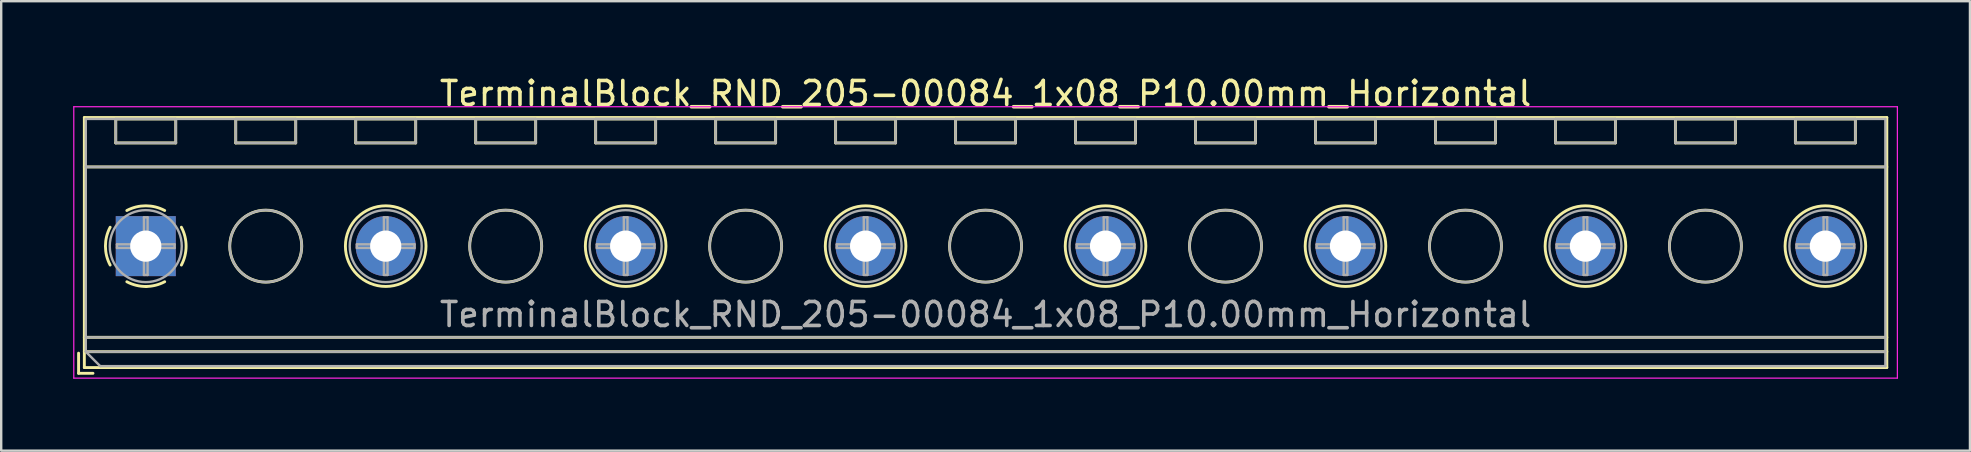
<source format=kicad_pcb>
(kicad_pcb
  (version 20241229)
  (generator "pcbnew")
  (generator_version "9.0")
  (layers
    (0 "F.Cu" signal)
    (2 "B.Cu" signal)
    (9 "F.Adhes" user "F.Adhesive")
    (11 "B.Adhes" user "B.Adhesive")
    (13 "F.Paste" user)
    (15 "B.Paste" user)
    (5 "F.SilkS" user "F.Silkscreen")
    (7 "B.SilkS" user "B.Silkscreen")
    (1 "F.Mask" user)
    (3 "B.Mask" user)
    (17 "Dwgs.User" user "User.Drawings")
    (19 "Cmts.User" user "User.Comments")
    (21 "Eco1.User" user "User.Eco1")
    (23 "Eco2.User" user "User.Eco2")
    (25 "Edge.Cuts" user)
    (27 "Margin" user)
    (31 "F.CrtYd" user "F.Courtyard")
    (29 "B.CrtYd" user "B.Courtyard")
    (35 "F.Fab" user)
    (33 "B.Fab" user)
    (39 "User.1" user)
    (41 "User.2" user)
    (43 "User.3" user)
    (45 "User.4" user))
  (footprint "TerminalBlock_RND_205-00084_1x08_P10.00mm_Horizontal"
    (layer "F.Cu")
    (at 3.025 7.208)
    (property "Reference" "TerminalBlock_RND_205-00084_1x08_P10.00mm_Horizontal" (at 35 -6.36 0) (layer "F.SilkS") (effects (font (size 1 1) (thickness 0.15))))
    (attr through_hole)
    (fp_line (start -2.8 4.46) (end -2.8 5.3) (stroke (width 0.12) (type solid)) (layer "F.SilkS"))
    (fp_line (start -2.8 5.3) (end -2.2 5.3) (stroke (width 0.12) (type solid)) (layer "F.SilkS"))
    (fp_line (start -2.56 -5.36) (end -2.56 5.06) (stroke (width 0.12) (type solid)) (layer "F.SilkS"))
    (fp_line (start -2.56 -5.36) (end 72.56 -5.36) (stroke (width 0.12) (type solid)) (layer "F.SilkS"))
    (fp_line (start -2.56 -3.301) (end 72.56 -3.301) (stroke (width 0.12) (type solid)) (layer "F.SilkS"))
    (fp_line (start -2.56 3.8) (end 72.56 3.8) (stroke (width 0.12) (type solid)) (layer "F.SilkS"))
    (fp_line (start -2.56 4.4) (end 72.56 4.4) (stroke (width 0.12) (type solid)) (layer "F.SilkS"))
    (fp_line (start -2.56 5.06) (end 72.56 5.06) (stroke (width 0.12) (type solid)) (layer "F.SilkS"))
    (fp_line (start -1.25 -5.301) (end -1.25 -4.301) (stroke (width 0.12) (type solid)) (layer "F.SilkS"))
    (fp_line (start -1.25 -5.301) (end 1.25 -5.301) (stroke (width 0.12) (type solid)) (layer "F.SilkS"))
    (fp_line (start -1.25 -4.301) (end 1.25 -4.301) (stroke (width 0.12) (type solid)) (layer "F.SilkS"))
    (fp_line (start 1.25 -5.301) (end 1.25 -4.301) (stroke (width 0.12) (type solid)) (layer "F.SilkS"))
    (fp_line (start 3.75 -5.301) (end 3.75 -4.301) (stroke (width 0.12) (type solid)) (layer "F.SilkS"))
    (fp_line (start 3.75 -5.301) (end 6.25 -5.301) (stroke (width 0.12) (type solid)) (layer "F.SilkS"))
    (fp_line (start 3.75 -4.301) (end 6.25 -4.301) (stroke (width 0.12) (type solid)) (layer "F.SilkS"))
    (fp_line (start 6.25 -5.301) (end 6.25 -4.301) (stroke (width 0.12) (type solid)) (layer "F.SilkS"))
    (fp_line (start 8.75 -5.301) (end 8.75 -4.301) (stroke (width 0.12) (type solid)) (layer "F.SilkS"))
    (fp_line (start 8.75 -5.301) (end 11.25 -5.301) (stroke (width 0.12) (type solid)) (layer "F.SilkS"))
    (fp_line (start 8.75 -4.301) (end 11.25 -4.301) (stroke (width 0.12) (type solid)) (layer "F.SilkS"))
    (fp_line (start 11.25 -5.301) (end 11.25 -4.301) (stroke (width 0.12) (type solid)) (layer "F.SilkS"))
    (fp_line (start 13.75 -5.301) (end 13.75 -4.301) (stroke (width 0.12) (type solid)) (layer "F.SilkS"))
    (fp_line (start 13.75 -5.301) (end 16.25 -5.301) (stroke (width 0.12) (type solid)) (layer "F.SilkS"))
    (fp_line (start 13.75 -4.301) (end 16.25 -4.301) (stroke (width 0.12) (type solid)) (layer "F.SilkS"))
    (fp_line (start 16.25 -5.301) (end 16.25 -4.301) (stroke (width 0.12) (type solid)) (layer "F.SilkS"))
    (fp_line (start 18.75 -5.301) (end 18.75 -4.301) (stroke (width 0.12) (type solid)) (layer "F.SilkS"))
    (fp_line (start 18.75 -5.301) (end 21.25 -5.301) (stroke (width 0.12) (type solid)) (layer "F.SilkS"))
    (fp_line (start 18.75 -4.301) (end 21.25 -4.301) (stroke (width 0.12) (type solid)) (layer "F.SilkS"))
    (fp_line (start 21.25 -5.301) (end 21.25 -4.301) (stroke (width 0.12) (type solid)) (layer "F.SilkS"))
    (fp_line (start 23.75 -5.301) (end 23.75 -4.301) (stroke (width 0.12) (type solid)) (layer "F.SilkS"))
    (fp_line (start 23.75 -5.301) (end 26.25 -5.301) (stroke (width 0.12) (type solid)) (layer "F.SilkS"))
    (fp_line (start 23.75 -4.301) (end 26.25 -4.301) (stroke (width 0.12) (type solid)) (layer "F.SilkS"))
    (fp_line (start 26.25 -5.301) (end 26.25 -4.301) (stroke (width 0.12) (type solid)) (layer "F.SilkS"))
    (fp_line (start 28.75 -5.301) (end 28.75 -4.301) (stroke (width 0.12) (type solid)) (layer "F.SilkS"))
    (fp_line (start 28.75 -5.301) (end 31.25 -5.301) (stroke (width 0.12) (type solid)) (layer "F.SilkS"))
    (fp_line (start 28.75 -4.301) (end 31.25 -4.301) (stroke (width 0.12) (type solid)) (layer "F.SilkS"))
    (fp_line (start 31.25 -5.301) (end 31.25 -4.301) (stroke (width 0.12) (type solid)) (layer "F.SilkS"))
    (fp_line (start 33.75 -5.301) (end 33.75 -4.301) (stroke (width 0.12) (type solid)) (layer "F.SilkS"))
    (fp_line (start 33.75 -5.301) (end 36.25 -5.301) (stroke (width 0.12) (type solid)) (layer "F.SilkS"))
    (fp_line (start 33.75 -4.301) (end 36.25 -4.301) (stroke (width 0.12) (type solid)) (layer "F.SilkS"))
    (fp_line (start 36.25 -5.301) (end 36.25 -4.301) (stroke (width 0.12) (type solid)) (layer "F.SilkS"))
    (fp_line (start 38.75 -5.301) (end 38.75 -4.301) (stroke (width 0.12) (type solid)) (layer "F.SilkS"))
    (fp_line (start 38.75 -5.301) (end 41.25 -5.301) (stroke (width 0.12) (type solid)) (layer "F.SilkS"))
    (fp_line (start 38.75 -4.301) (end 41.25 -4.301) (stroke (width 0.12) (type solid)) (layer "F.SilkS"))
    (fp_line (start 41.25 -5.301) (end 41.25 -4.301) (stroke (width 0.12) (type solid)) (layer "F.SilkS"))
    (fp_line (start 43.75 -5.301) (end 43.75 -4.301) (stroke (width 0.12) (type solid)) (layer "F.SilkS"))
    (fp_line (start 43.75 -5.301) (end 46.25 -5.301) (stroke (width 0.12) (type solid)) (layer "F.SilkS"))
    (fp_line (start 43.75 -4.301) (end 46.25 -4.301) (stroke (width 0.12) (type solid)) (layer "F.SilkS"))
    (fp_line (start 46.25 -5.301) (end 46.25 -4.301) (stroke (width 0.12) (type solid)) (layer "F.SilkS"))
    (fp_line (start 48.75 -5.301) (end 48.75 -4.301) (stroke (width 0.12) (type solid)) (layer "F.SilkS"))
    (fp_line (start 48.75 -5.301) (end 51.25 -5.301) (stroke (width 0.12) (type solid)) (layer "F.SilkS"))
    (fp_line (start 48.75 -4.301) (end 51.25 -4.301) (stroke (width 0.12) (type solid)) (layer "F.SilkS"))
    (fp_line (start 51.25 -5.301) (end 51.25 -4.301) (stroke (width 0.12) (type solid)) (layer "F.SilkS"))
    (fp_line (start 53.75 -5.301) (end 53.75 -4.301) (stroke (width 0.12) (type solid)) (layer "F.SilkS"))
    (fp_line (start 53.75 -5.301) (end 56.25 -5.301) (stroke (width 0.12) (type solid)) (layer "F.SilkS"))
    (fp_line (start 53.75 -4.301) (end 56.25 -4.301) (stroke (width 0.12) (type solid)) (layer "F.SilkS"))
    (fp_line (start 56.25 -5.301) (end 56.25 -4.301) (stroke (width 0.12) (type solid)) (layer "F.SilkS"))
    (fp_line (start 58.75 -5.301) (end 58.75 -4.301) (stroke (width 0.12) (type solid)) (layer "F.SilkS"))
    (fp_line (start 58.75 -5.301) (end 61.25 -5.301) (stroke (width 0.12) (type solid)) (layer "F.SilkS"))
    (fp_line (start 58.75 -4.301) (end 61.25 -4.301) (stroke (width 0.12) (type solid)) (layer "F.SilkS"))
    (fp_line (start 61.25 -5.301) (end 61.25 -4.301) (stroke (width 0.12) (type solid)) (layer "F.SilkS"))
    (fp_line (start 63.75 -5.301) (end 63.75 -4.301) (stroke (width 0.12) (type solid)) (layer "F.SilkS"))
    (fp_line (start 63.75 -5.301) (end 66.25 -5.301) (stroke (width 0.12) (type solid)) (layer "F.SilkS"))
    (fp_line (start 63.75 -4.301) (end 66.25 -4.301) (stroke (width 0.12) (type solid)) (layer "F.SilkS"))
    (fp_line (start 66.25 -5.301) (end 66.25 -4.301) (stroke (width 0.12) (type solid)) (layer "F.SilkS"))
    (fp_line (start 68.75 -5.301) (end 68.75 -4.301) (stroke (width 0.12) (type solid)) (layer "F.SilkS"))
    (fp_line (start 68.75 -5.301) (end 71.25 -5.301) (stroke (width 0.12) (type solid)) (layer "F.SilkS"))
    (fp_line (start 68.75 -4.301) (end 71.25 -4.301) (stroke (width 0.12) (type solid)) (layer "F.SilkS"))
    (fp_line (start 71.25 -5.301) (end 71.25 -4.301) (stroke (width 0.12) (type solid)) (layer "F.SilkS"))
    (fp_line (start 72.56 -5.36) (end 72.56 5.06) (stroke (width 0.12) (type solid)) (layer "F.SilkS"))
    (fp_arc (start -1.483953 0.789089) (mid -1.680708 0.00005) (end -1.484 -0.789) (stroke (width 0.12) (type solid)) (layer "F.SilkS"))
    (fp_arc (start -0.789089 -1.483953) (mid -0.00005 -1.680708) (end 0.789 -1.484) (stroke (width 0.12) (type solid)) (layer "F.SilkS"))
    (fp_arc (start 0.029383 1.68045) (mid -0.392304 1.634281) (end -0.789 1.484) (stroke (width 0.12) (type solid)) (layer "F.SilkS"))
    (fp_arc (start 0.788712 1.483352) (mid 0.406429 1.630097) (end 0 1.68) (stroke (width 0.12) (type solid)) (layer "F.SilkS"))
    (fp_arc (start 1.483953 -0.789089) (mid 1.680708 -0.00005) (end 1.484 0.789) (stroke (width 0.12) (type solid)) (layer "F.SilkS"))
    (fp_circle (center 5 0) (end 6.5 0) (stroke (width 0.12) (type solid)) (fill no) (layer "F.SilkS"))
    (fp_circle (center 10 0) (end 11.68 0) (stroke (width 0.12) (type solid)) (fill no) (layer "F.SilkS"))
    (fp_circle (center 15 0) (end 16.5 0) (stroke (width 0.12) (type solid)) (fill no) (layer "F.SilkS"))
    (fp_circle (center 20 0) (end 21.68 0) (stroke (width 0.12) (type solid)) (fill no) (layer "F.SilkS"))
    (fp_circle (center 25 0) (end 26.5 0) (stroke (width 0.12) (type solid)) (fill no) (layer "F.SilkS"))
    (fp_circle (center 30 0) (end 31.68 0) (stroke (width 0.12) (type solid)) (fill no) (layer "F.SilkS"))
    (fp_circle (center 35 0) (end 36.5 0) (stroke (width 0.12) (type solid)) (fill no) (layer "F.SilkS"))
    (fp_circle (center 40 0) (end 41.68 0) (stroke (width 0.12) (type solid)) (fill no) (layer "F.SilkS"))
    (fp_circle (center 45 0) (end 46.5 0) (stroke (width 0.12) (type solid)) (fill no) (layer "F.SilkS"))
    (fp_circle (center 50 0) (end 51.68 0) (stroke (width 0.12) (type solid)) (fill no) (layer "F.SilkS"))
    (fp_circle (center 55 0) (end 56.5 0) (stroke (width 0.12) (type solid)) (fill no) (layer "F.SilkS"))
    (fp_circle (center 60 0) (end 61.68 0) (stroke (width 0.12) (type solid)) (fill no) (layer "F.SilkS"))
    (fp_circle (center 65 0) (end 66.5 0) (stroke (width 0.12) (type solid)) (fill no) (layer "F.SilkS"))
    (fp_circle (center 70 0) (end 71.68 0) (stroke (width 0.12) (type solid)) (fill no) (layer "F.SilkS"))
    (fp_line (start -3 -5.81) (end -3 5.5) (stroke (width 0.05) (type solid)) (layer "F.CrtYd"))
    (fp_line (start -3 5.5) (end 73 5.5) (stroke (width 0.05) (type solid)) (layer "F.CrtYd"))
    (fp_line (start 73 -5.81) (end -3 -5.81) (stroke (width 0.05) (type solid)) (layer "F.CrtYd"))
    (fp_line (start 73 5.5) (end 73 -5.81) (stroke (width 0.05) (type solid)) (layer "F.CrtYd"))
    (fp_line (start -2.5 -5.3) (end 72.5 -5.3) (stroke (width 0.1) (type solid)) (layer "F.Fab"))
    (fp_line (start -2.5 -3.3) (end 72.5 -3.3) (stroke (width 0.1) (type solid)) (layer "F.Fab"))
    (fp_line (start -2.5 3.8) (end 72.5 3.8) (stroke (width 0.1) (type solid)) (layer "F.Fab"))
    (fp_line (start -2.5 4.4) (end -2.5 -5.3) (stroke (width 0.1) (type solid)) (layer "F.Fab"))
    (fp_line (start -2.5 4.4) (end 72.5 4.4) (stroke (width 0.1) (type solid)) (layer "F.Fab"))
    (fp_line (start -1.9 5) (end -2.5 4.4) (stroke (width 0.1) (type solid)) (layer "F.Fab"))
    (fp_line (start -1.25 -5.3) (end -1.25 -4.3) (stroke (width 0.1) (type solid)) (layer "F.Fab"))
    (fp_line (start -1.25 -4.3) (end 1.25 -4.3) (stroke (width 0.1) (type solid)) (layer "F.Fab"))
    (fp_line (start -1.201 -0.076) (end -0.076 -0.076) (stroke (width 0.1) (type solid)) (layer "F.Fab"))
    (fp_line (start -1.201 0.076) (end -1.201 -0.076) (stroke (width 0.1) (type solid)) (layer "F.Fab"))
    (fp_line (start -0.076 -1.201) (end 0.076 -1.201) (stroke (width 0.1) (type solid)) (layer "F.Fab"))
    (fp_line (start -0.076 -0.076) (end -0.076 -1.201) (stroke (width 0.1) (type solid)) (layer "F.Fab"))
    (fp_line (start -0.076 0.076) (end -1.201 0.076) (stroke (width 0.1) (type solid)) (layer "F.Fab"))
    (fp_line (start -0.076 1.201) (end -0.076 0.076) (stroke (width 0.1) (type solid)) (layer "F.Fab"))
    (fp_line (start 0.076 -1.201) (end 0.076 -0.076) (stroke (width 0.1) (type solid)) (layer "F.Fab"))
    (fp_line (start 0.076 -0.076) (end 1.201 -0.076) (stroke (width 0.1) (type solid)) (layer "F.Fab"))
    (fp_line (start 0.076 0.076) (end 0.076 1.201) (stroke (width 0.1) (type solid)) (layer "F.Fab"))
    (fp_line (start 0.076 1.201) (end -0.076 1.201) (stroke (width 0.1) (type solid)) (layer "F.Fab"))
    (fp_line (start 1.201 -0.076) (end 1.201 0.076) (stroke (width 0.1) (type solid)) (layer "F.Fab"))
    (fp_line (start 1.201 0.076) (end 0.076 0.076) (stroke (width 0.1) (type solid)) (layer "F.Fab"))
    (fp_line (start 1.25 -5.3) (end -1.25 -5.3) (stroke (width 0.1) (type solid)) (layer "F.Fab"))
    (fp_line (start 1.25 -4.3) (end 1.25 -5.3) (stroke (width 0.1) (type solid)) (layer "F.Fab"))
    (fp_line (start 3.75 -5.3) (end 3.75 -4.3) (stroke (width 0.1) (type solid)) (layer "F.Fab"))
    (fp_line (start 3.75 -4.3) (end 6.25 -4.3) (stroke (width 0.1) (type solid)) (layer "F.Fab"))
    (fp_line (start 6.25 -5.3) (end 3.75 -5.3) (stroke (width 0.1) (type solid)) (layer "F.Fab"))
    (fp_line (start 6.25 -4.3) (end 6.25 -5.3) (stroke (width 0.1) (type solid)) (layer "F.Fab"))
    (fp_line (start 8.75 -5.3) (end 8.75 -4.3) (stroke (width 0.1) (type solid)) (layer "F.Fab"))
    (fp_line (start 8.75 -4.3) (end 11.25 -4.3) (stroke (width 0.1) (type solid)) (layer "F.Fab"))
    (fp_line (start 8.799 -0.076) (end 9.924 -0.076) (stroke (width 0.1) (type solid)) (layer "F.Fab"))
    (fp_line (start 8.799 0.076) (end 8.799 -0.076) (stroke (width 0.1) (type solid)) (layer "F.Fab"))
    (fp_line (start 9.924 -1.201) (end 10.076 -1.201) (stroke (width 0.1) (type solid)) (layer "F.Fab"))
    (fp_line (start 9.924 -0.076) (end 9.924 -1.201) (stroke (width 0.1) (type solid)) (layer "F.Fab"))
    (fp_line (start 9.924 0.076) (end 8.799 0.076) (stroke (width 0.1) (type solid)) (layer "F.Fab"))
    (fp_line (start 9.924 1.201) (end 9.924 0.076) (stroke (width 0.1) (type solid)) (layer "F.Fab"))
    (fp_line (start 10.076 -1.201) (end 10.076 -0.076) (stroke (width 0.1) (type solid)) (layer "F.Fab"))
    (fp_line (start 10.076 -0.076) (end 11.201 -0.076) (stroke (width 0.1) (type solid)) (layer "F.Fab"))
    (fp_line (start 10.076 0.076) (end 10.076 1.201) (stroke (width 0.1) (type solid)) (layer "F.Fab"))
    (fp_line (start 10.076 1.201) (end 9.924 1.201) (stroke (width 0.1) (type solid)) (layer "F.Fab"))
    (fp_line (start 11.201 -0.076) (end 11.201 0.076) (stroke (width 0.1) (type solid)) (layer "F.Fab"))
    (fp_line (start 11.201 0.076) (end 10.076 0.076) (stroke (width 0.1) (type solid)) (layer "F.Fab"))
    (fp_line (start 11.25 -5.3) (end 8.75 -5.3) (stroke (width 0.1) (type solid)) (layer "F.Fab"))
    (fp_line (start 11.25 -4.3) (end 11.25 -5.3) (stroke (width 0.1) (type solid)) (layer "F.Fab"))
    (fp_line (start 13.75 -5.3) (end 13.75 -4.3) (stroke (width 0.1) (type solid)) (layer "F.Fab"))
    (fp_line (start 13.75 -4.3) (end 16.25 -4.3) (stroke (width 0.1) (type solid)) (layer "F.Fab"))
    (fp_line (start 16.25 -5.3) (end 13.75 -5.3) (stroke (width 0.1) (type solid)) (layer "F.Fab"))
    (fp_line (start 16.25 -4.3) (end 16.25 -5.3) (stroke (width 0.1) (type solid)) (layer "F.Fab"))
    (fp_line (start 18.75 -5.3) (end 18.75 -4.3) (stroke (width 0.1) (type solid)) (layer "F.Fab"))
    (fp_line (start 18.75 -4.3) (end 21.25 -4.3) (stroke (width 0.1) (type solid)) (layer "F.Fab"))
    (fp_line (start 18.799 -0.076) (end 19.924 -0.076) (stroke (width 0.1) (type solid)) (layer "F.Fab"))
    (fp_line (start 18.799 0.076) (end 18.799 -0.076) (stroke (width 0.1) (type solid)) (layer "F.Fab"))
    (fp_line (start 19.924 -1.201) (end 20.076 -1.201) (stroke (width 0.1) (type solid)) (layer "F.Fab"))
    (fp_line (start 19.924 -0.076) (end 19.924 -1.201) (stroke (width 0.1) (type solid)) (layer "F.Fab"))
    (fp_line (start 19.924 0.076) (end 18.799 0.076) (stroke (width 0.1) (type solid)) (layer "F.Fab"))
    (fp_line (start 19.924 1.201) (end 19.924 0.076) (stroke (width 0.1) (type solid)) (layer "F.Fab"))
    (fp_line (start 20.076 -1.201) (end 20.076 -0.076) (stroke (width 0.1) (type solid)) (layer "F.Fab"))
    (fp_line (start 20.076 -0.076) (end 21.201 -0.076) (stroke (width 0.1) (type solid)) (layer "F.Fab"))
    (fp_line (start 20.076 0.076) (end 20.076 1.201) (stroke (width 0.1) (type solid)) (layer "F.Fab"))
    (fp_line (start 20.076 1.201) (end 19.924 1.201) (stroke (width 0.1) (type solid)) (layer "F.Fab"))
    (fp_line (start 21.201 -0.076) (end 21.201 0.076) (stroke (width 0.1) (type solid)) (layer "F.Fab"))
    (fp_line (start 21.201 0.076) (end 20.076 0.076) (stroke (width 0.1) (type solid)) (layer "F.Fab"))
    (fp_line (start 21.25 -5.3) (end 18.75 -5.3) (stroke (width 0.1) (type solid)) (layer "F.Fab"))
    (fp_line (start 21.25 -4.3) (end 21.25 -5.3) (stroke (width 0.1) (type solid)) (layer "F.Fab"))
    (fp_line (start 23.75 -5.3) (end 23.75 -4.3) (stroke (width 0.1) (type solid)) (layer "F.Fab"))
    (fp_line (start 23.75 -4.3) (end 26.25 -4.3) (stroke (width 0.1) (type solid)) (layer "F.Fab"))
    (fp_line (start 26.25 -5.3) (end 23.75 -5.3) (stroke (width 0.1) (type solid)) (layer "F.Fab"))
    (fp_line (start 26.25 -4.3) (end 26.25 -5.3) (stroke (width 0.1) (type solid)) (layer "F.Fab"))
    (fp_line (start 28.75 -5.3) (end 28.75 -4.3) (stroke (width 0.1) (type solid)) (layer "F.Fab"))
    (fp_line (start 28.75 -4.3) (end 31.25 -4.3) (stroke (width 0.1) (type solid)) (layer "F.Fab"))
    (fp_line (start 28.799 -0.076) (end 29.924 -0.076) (stroke (width 0.1) (type solid)) (layer "F.Fab"))
    (fp_line (start 28.799 0.076) (end 28.799 -0.076) (stroke (width 0.1) (type solid)) (layer "F.Fab"))
    (fp_line (start 29.924 -1.201) (end 30.076 -1.201) (stroke (width 0.1) (type solid)) (layer "F.Fab"))
    (fp_line (start 29.924 -0.076) (end 29.924 -1.201) (stroke (width 0.1) (type solid)) (layer "F.Fab"))
    (fp_line (start 29.924 0.076) (end 28.799 0.076) (stroke (width 0.1) (type solid)) (layer "F.Fab"))
    (fp_line (start 29.924 1.201) (end 29.924 0.076) (stroke (width 0.1) (type solid)) (layer "F.Fab"))
    (fp_line (start 30.076 -1.201) (end 30.076 -0.076) (stroke (width 0.1) (type solid)) (layer "F.Fab"))
    (fp_line (start 30.076 -0.076) (end 31.201 -0.076) (stroke (width 0.1) (type solid)) (layer "F.Fab"))
    (fp_line (start 30.076 0.076) (end 30.076 1.201) (stroke (width 0.1) (type solid)) (layer "F.Fab"))
    (fp_line (start 30.076 1.201) (end 29.924 1.201) (stroke (width 0.1) (type solid)) (layer "F.Fab"))
    (fp_line (start 31.201 -0.076) (end 31.201 0.076) (stroke (width 0.1) (type solid)) (layer "F.Fab"))
    (fp_line (start 31.201 0.076) (end 30.076 0.076) (stroke (width 0.1) (type solid)) (layer "F.Fab"))
    (fp_line (start 31.25 -5.3) (end 28.75 -5.3) (stroke (width 0.1) (type solid)) (layer "F.Fab"))
    (fp_line (start 31.25 -4.3) (end 31.25 -5.3) (stroke (width 0.1) (type solid)) (layer "F.Fab"))
    (fp_line (start 33.75 -5.3) (end 33.75 -4.3) (stroke (width 0.1) (type solid)) (layer "F.Fab"))
    (fp_line (start 33.75 -4.3) (end 36.25 -4.3) (stroke (width 0.1) (type solid)) (layer "F.Fab"))
    (fp_line (start 36.25 -5.3) (end 33.75 -5.3) (stroke (width 0.1) (type solid)) (layer "F.Fab"))
    (fp_line (start 36.25 -4.3) (end 36.25 -5.3) (stroke (width 0.1) (type solid)) (layer "F.Fab"))
    (fp_line (start 38.75 -5.3) (end 38.75 -4.3) (stroke (width 0.1) (type solid)) (layer "F.Fab"))
    (fp_line (start 38.75 -4.3) (end 41.25 -4.3) (stroke (width 0.1) (type solid)) (layer "F.Fab"))
    (fp_line (start 38.799 -0.076) (end 39.924 -0.076) (stroke (width 0.1) (type solid)) (layer "F.Fab"))
    (fp_line (start 38.799 0.076) (end 38.799 -0.076) (stroke (width 0.1) (type solid)) (layer "F.Fab"))
    (fp_line (start 39.924 -1.201) (end 40.076 -1.201) (stroke (width 0.1) (type solid)) (layer "F.Fab"))
    (fp_line (start 39.924 -0.076) (end 39.924 -1.201) (stroke (width 0.1) (type solid)) (layer "F.Fab"))
    (fp_line (start 39.924 0.076) (end 38.799 0.076) (stroke (width 0.1) (type solid)) (layer "F.Fab"))
    (fp_line (start 39.924 1.201) (end 39.924 0.076) (stroke (width 0.1) (type solid)) (layer "F.Fab"))
    (fp_line (start 40.076 -1.201) (end 40.076 -0.076) (stroke (width 0.1) (type solid)) (layer "F.Fab"))
    (fp_line (start 40.076 -0.076) (end 41.201 -0.076) (stroke (width 0.1) (type solid)) (layer "F.Fab"))
    (fp_line (start 40.076 0.076) (end 40.076 1.201) (stroke (width 0.1) (type solid)) (layer "F.Fab"))
    (fp_line (start 40.076 1.201) (end 39.924 1.201) (stroke (width 0.1) (type solid)) (layer "F.Fab"))
    (fp_line (start 41.201 -0.076) (end 41.201 0.076) (stroke (width 0.1) (type solid)) (layer "F.Fab"))
    (fp_line (start 41.201 0.076) (end 40.076 0.076) (stroke (width 0.1) (type solid)) (layer "F.Fab"))
    (fp_line (start 41.25 -5.3) (end 38.75 -5.3) (stroke (width 0.1) (type solid)) (layer "F.Fab"))
    (fp_line (start 41.25 -4.3) (end 41.25 -5.3) (stroke (width 0.1) (type solid)) (layer "F.Fab"))
    (fp_line (start 43.75 -5.3) (end 43.75 -4.3) (stroke (width 0.1) (type solid)) (layer "F.Fab"))
    (fp_line (start 43.75 -4.3) (end 46.25 -4.3) (stroke (width 0.1) (type solid)) (layer "F.Fab"))
    (fp_line (start 46.25 -5.3) (end 43.75 -5.3) (stroke (width 0.1) (type solid)) (layer "F.Fab"))
    (fp_line (start 46.25 -4.3) (end 46.25 -5.3) (stroke (width 0.1) (type solid)) (layer "F.Fab"))
    (fp_line (start 48.75 -5.3) (end 48.75 -4.3) (stroke (width 0.1) (type solid)) (layer "F.Fab"))
    (fp_line (start 48.75 -4.3) (end 51.25 -4.3) (stroke (width 0.1) (type solid)) (layer "F.Fab"))
    (fp_line (start 48.799 -0.076) (end 49.924 -0.076) (stroke (width 0.1) (type solid)) (layer "F.Fab"))
    (fp_line (start 48.799 0.076) (end 48.799 -0.076) (stroke (width 0.1) (type solid)) (layer "F.Fab"))
    (fp_line (start 49.924 -1.201) (end 50.076 -1.201) (stroke (width 0.1) (type solid)) (layer "F.Fab"))
    (fp_line (start 49.924 -0.076) (end 49.924 -1.201) (stroke (width 0.1) (type solid)) (layer "F.Fab"))
    (fp_line (start 49.924 0.076) (end 48.799 0.076) (stroke (width 0.1) (type solid)) (layer "F.Fab"))
    (fp_line (start 49.924 1.201) (end 49.924 0.076) (stroke (width 0.1) (type solid)) (layer "F.Fab"))
    (fp_line (start 50.076 -1.201) (end 50.076 -0.076) (stroke (width 0.1) (type solid)) (layer "F.Fab"))
    (fp_line (start 50.076 -0.076) (end 51.201 -0.076) (stroke (width 0.1) (type solid)) (layer "F.Fab"))
    (fp_line (start 50.076 0.076) (end 50.076 1.201) (stroke (width 0.1) (type solid)) (layer "F.Fab"))
    (fp_line (start 50.076 1.201) (end 49.924 1.201) (stroke (width 0.1) (type solid)) (layer "F.Fab"))
    (fp_line (start 51.201 -0.076) (end 51.201 0.076) (stroke (width 0.1) (type solid)) (layer "F.Fab"))
    (fp_line (start 51.201 0.076) (end 50.076 0.076) (stroke (width 0.1) (type solid)) (layer "F.Fab"))
    (fp_line (start 51.25 -5.3) (end 48.75 -5.3) (stroke (width 0.1) (type solid)) (layer "F.Fab"))
    (fp_line (start 51.25 -4.3) (end 51.25 -5.3) (stroke (width 0.1) (type solid)) (layer "F.Fab"))
    (fp_line (start 53.75 -5.3) (end 53.75 -4.3) (stroke (width 0.1) (type solid)) (layer "F.Fab"))
    (fp_line (start 53.75 -4.3) (end 56.25 -4.3) (stroke (width 0.1) (type solid)) (layer "F.Fab"))
    (fp_line (start 56.25 -5.3) (end 53.75 -5.3) (stroke (width 0.1) (type solid)) (layer "F.Fab"))
    (fp_line (start 56.25 -4.3) (end 56.25 -5.3) (stroke (width 0.1) (type solid)) (layer "F.Fab"))
    (fp_line (start 58.75 -5.3) (end 58.75 -4.3) (stroke (width 0.1) (type solid)) (layer "F.Fab"))
    (fp_line (start 58.75 -4.3) (end 61.25 -4.3) (stroke (width 0.1) (type solid)) (layer "F.Fab"))
    (fp_line (start 58.799 -0.076) (end 59.924 -0.076) (stroke (width 0.1) (type solid)) (layer "F.Fab"))
    (fp_line (start 58.799 0.076) (end 58.799 -0.076) (stroke (width 0.1) (type solid)) (layer "F.Fab"))
    (fp_line (start 59.924 -1.201) (end 60.076 -1.201) (stroke (width 0.1) (type solid)) (layer "F.Fab"))
    (fp_line (start 59.924 -0.076) (end 59.924 -1.201) (stroke (width 0.1) (type solid)) (layer "F.Fab"))
    (fp_line (start 59.924 0.076) (end 58.799 0.076) (stroke (width 0.1) (type solid)) (layer "F.Fab"))
    (fp_line (start 59.924 1.201) (end 59.924 0.076) (stroke (width 0.1) (type solid)) (layer "F.Fab"))
    (fp_line (start 60.076 -1.201) (end 60.076 -0.076) (stroke (width 0.1) (type solid)) (layer "F.Fab"))
    (fp_line (start 60.076 -0.076) (end 61.201 -0.076) (stroke (width 0.1) (type solid)) (layer "F.Fab"))
    (fp_line (start 60.076 0.076) (end 60.076 1.201) (stroke (width 0.1) (type solid)) (layer "F.Fab"))
    (fp_line (start 60.076 1.201) (end 59.924 1.201) (stroke (width 0.1) (type solid)) (layer "F.Fab"))
    (fp_line (start 61.201 -0.076) (end 61.201 0.076) (stroke (width 0.1) (type solid)) (layer "F.Fab"))
    (fp_line (start 61.201 0.076) (end 60.076 0.076) (stroke (width 0.1) (type solid)) (layer "F.Fab"))
    (fp_line (start 61.25 -5.3) (end 58.75 -5.3) (stroke (width 0.1) (type solid)) (layer "F.Fab"))
    (fp_line (start 61.25 -4.3) (end 61.25 -5.3) (stroke (width 0.1) (type solid)) (layer "F.Fab"))
    (fp_line (start 63.75 -5.3) (end 63.75 -4.3) (stroke (width 0.1) (type solid)) (layer "F.Fab"))
    (fp_line (start 63.75 -4.3) (end 66.25 -4.3) (stroke (width 0.1) (type solid)) (layer "F.Fab"))
    (fp_line (start 66.25 -5.3) (end 63.75 -5.3) (stroke (width 0.1) (type solid)) (layer "F.Fab"))
    (fp_line (start 66.25 -4.3) (end 66.25 -5.3) (stroke (width 0.1) (type solid)) (layer "F.Fab"))
    (fp_line (start 68.75 -5.3) (end 68.75 -4.3) (stroke (width 0.1) (type solid)) (layer "F.Fab"))
    (fp_line (start 68.75 -4.3) (end 71.25 -4.3) (stroke (width 0.1) (type solid)) (layer "F.Fab"))
    (fp_line (start 68.799 -0.076) (end 69.924 -0.076) (stroke (width 0.1) (type solid)) (layer "F.Fab"))
    (fp_line (start 68.799 0.076) (end 68.799 -0.076) (stroke (width 0.1) (type solid)) (layer "F.Fab"))
    (fp_line (start 69.924 -1.201) (end 70.076 -1.201) (stroke (width 0.1) (type solid)) (layer "F.Fab"))
    (fp_line (start 69.924 -0.076) (end 69.924 -1.201) (stroke (width 0.1) (type solid)) (layer "F.Fab"))
    (fp_line (start 69.924 0.076) (end 68.799 0.076) (stroke (width 0.1) (type solid)) (layer "F.Fab"))
    (fp_line (start 69.924 1.201) (end 69.924 0.076) (stroke (width 0.1) (type solid)) (layer "F.Fab"))
    (fp_line (start 70.076 -1.201) (end 70.076 -0.076) (stroke (width 0.1) (type solid)) (layer "F.Fab"))
    (fp_line (start 70.076 -0.076) (end 71.201 -0.076) (stroke (width 0.1) (type solid)) (layer "F.Fab"))
    (fp_line (start 70.076 0.076) (end 70.076 1.201) (stroke (width 0.1) (type solid)) (layer "F.Fab"))
    (fp_line (start 70.076 1.201) (end 69.924 1.201) (stroke (width 0.1) (type solid)) (layer "F.Fab"))
    (fp_line (start 71.201 -0.076) (end 71.201 0.076) (stroke (width 0.1) (type solid)) (layer "F.Fab"))
    (fp_line (start 71.201 0.076) (end 70.076 0.076) (stroke (width 0.1) (type solid)) (layer "F.Fab"))
    (fp_line (start 71.25 -5.3) (end 68.75 -5.3) (stroke (width 0.1) (type solid)) (layer "F.Fab"))
    (fp_line (start 71.25 -4.3) (end 71.25 -5.3) (stroke (width 0.1) (type solid)) (layer "F.Fab"))
    (fp_line (start 72.5 -5.3) (end 72.5 5) (stroke (width 0.1) (type solid)) (layer "F.Fab"))
    (fp_line (start 72.5 5) (end -1.9 5) (stroke (width 0.1) (type solid)) (layer "F.Fab"))
    (fp_circle (center 0 0) (end 1.5 0) (stroke (width 0.1) (type solid)) (fill no) (layer "F.Fab"))
    (fp_circle (center 5 0) (end 6.5 0) (stroke (width 0.1) (type solid)) (fill no) (layer "F.Fab"))
    (fp_circle (center 10 0) (end 11.5 0) (stroke (width 0.1) (type solid)) (fill no) (layer "F.Fab"))
    (fp_circle (center 15 0) (end 16.5 0) (stroke (width 0.1) (type solid)) (fill no) (layer "F.Fab"))
    (fp_circle (center 20 0) (end 21.5 0) (stroke (width 0.1) (type solid)) (fill no) (layer "F.Fab"))
    (fp_circle (center 25 0) (end 26.5 0) (stroke (width 0.1) (type solid)) (fill no) (layer "F.Fab"))
    (fp_circle (center 30 0) (end 31.5 0) (stroke (width 0.1) (type solid)) (fill no) (layer "F.Fab"))
    (fp_circle (center 35 0) (end 36.5 0) (stroke (width 0.1) (type solid)) (fill no) (layer "F.Fab"))
    (fp_circle (center 40 0) (end 41.5 0) (stroke (width 0.1) (type solid)) (fill no) (layer "F.Fab"))
    (fp_circle (center 45 0) (end 46.5 0) (stroke (width 0.1) (type solid)) (fill no) (layer "F.Fab"))
    (fp_circle (center 50 0) (end 51.5 0) (stroke (width 0.1) (type solid)) (fill no) (layer "F.Fab"))
    (fp_circle (center 55 0) (end 56.5 0) (stroke (width 0.1) (type solid)) (fill no) (layer "F.Fab"))
    (fp_circle (center 60 0) (end 61.5 0) (stroke (width 0.1) (type solid)) (fill no) (layer "F.Fab"))
    (fp_circle (center 65 0) (end 66.5 0) (stroke (width 0.1) (type solid)) (fill no) (layer "F.Fab"))
    (fp_circle (center 70 0) (end 71.5 0) (stroke (width 0.1) (type solid)) (fill no) (layer "F.Fab"))
    (fp_text user "${REFERENCE}" (at 35 2.85 0) (layer "F.Fab") (effects (font (size 1 1) (thickness 0.15))))
    (pad "1" thru_hole rect (at 0 0) (size 2.5 2.5) (drill 1.3) (layers "*.Cu" "*.Mask"))
    (pad "2" thru_hole circle (at 10 0) (size 2.5 2.5) (drill 1.3) (layers "*.Cu" "*.Mask"))
    (pad "3" thru_hole circle (at 20 0) (size 2.5 2.5) (drill 1.3) (layers "*.Cu" "*.Mask"))
    (pad "4" thru_hole circle (at 30 0) (size 2.5 2.5) (drill 1.3) (layers "*.Cu" "*.Mask"))
    (pad "5" thru_hole circle (at 40 0) (size 2.5 2.5) (drill 1.3) (layers "*.Cu" "*.Mask"))
    (pad "6" thru_hole circle (at 50 0) (size 2.5 2.5) (drill 1.3) (layers "*.Cu" "*.Mask"))
    (pad "7" thru_hole circle (at 60 0) (size 2.5 2.5) (drill 1.3) (layers "*.Cu" "*.Mask"))
    (pad "8" thru_hole circle (at 70 0) (size 2.5 2.5) (drill 1.3) (layers "*.Cu" "*.Mask")))
  (gr_rect
    (start -3 -3)
    (end 79.05 15.733)
    (stroke (width 0.1) (type default))
    (fill no)
    (layer "Edge.Cuts")))
</source>
